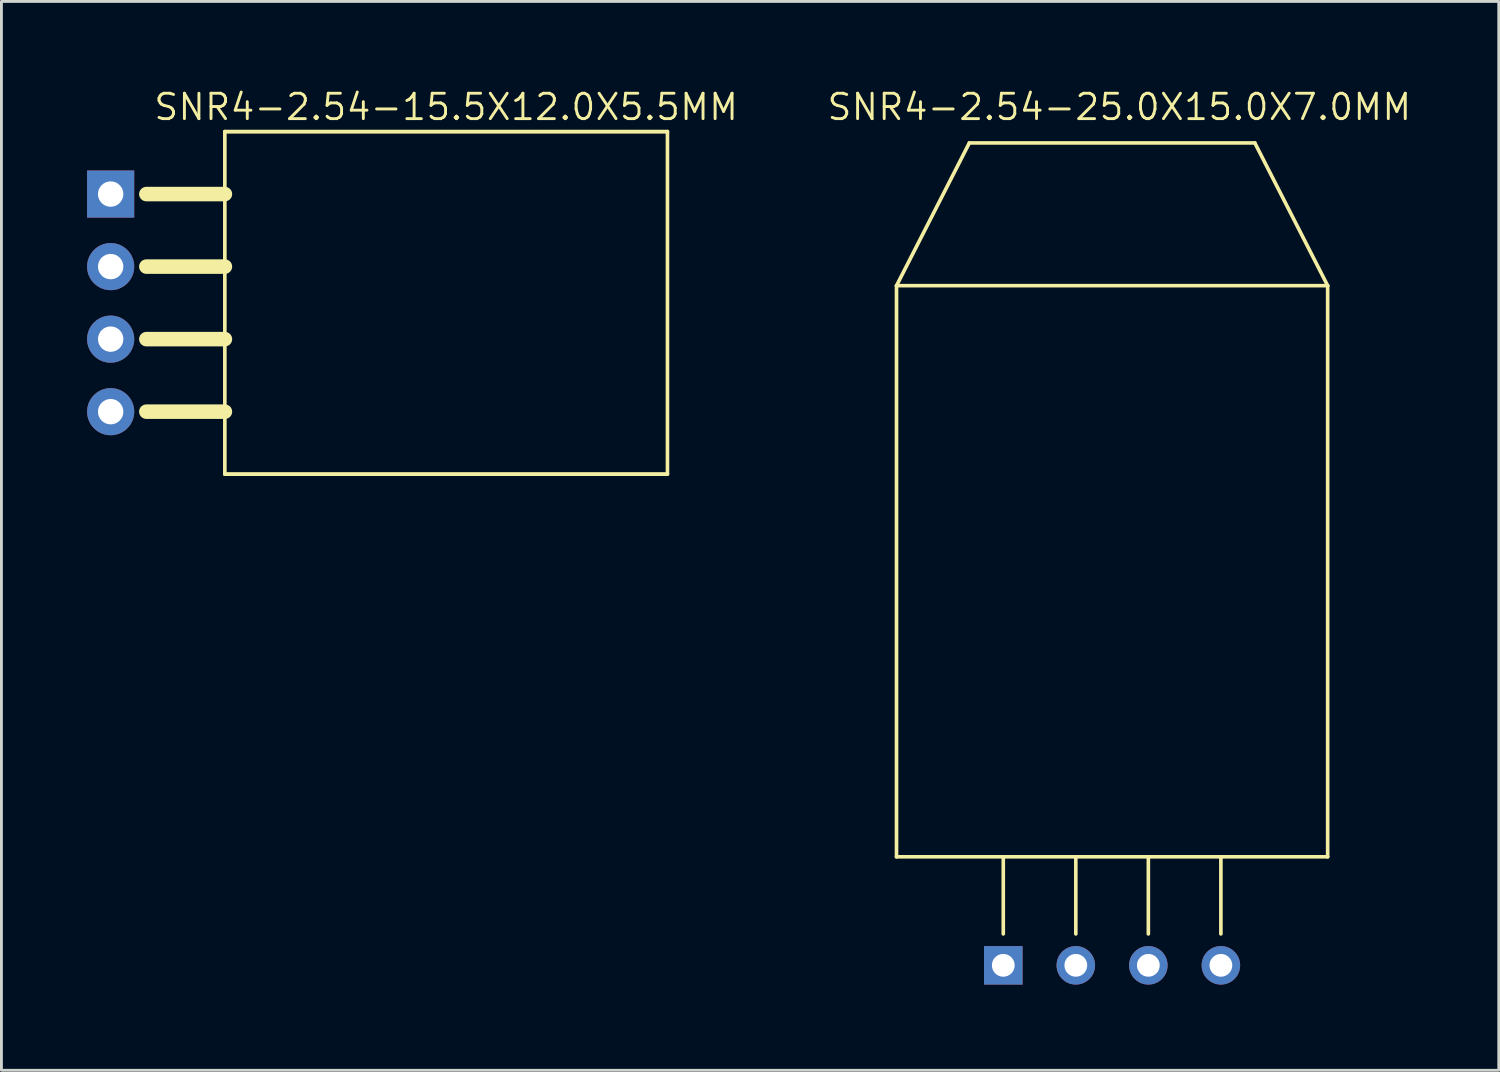
<source format=kicad_pcb>
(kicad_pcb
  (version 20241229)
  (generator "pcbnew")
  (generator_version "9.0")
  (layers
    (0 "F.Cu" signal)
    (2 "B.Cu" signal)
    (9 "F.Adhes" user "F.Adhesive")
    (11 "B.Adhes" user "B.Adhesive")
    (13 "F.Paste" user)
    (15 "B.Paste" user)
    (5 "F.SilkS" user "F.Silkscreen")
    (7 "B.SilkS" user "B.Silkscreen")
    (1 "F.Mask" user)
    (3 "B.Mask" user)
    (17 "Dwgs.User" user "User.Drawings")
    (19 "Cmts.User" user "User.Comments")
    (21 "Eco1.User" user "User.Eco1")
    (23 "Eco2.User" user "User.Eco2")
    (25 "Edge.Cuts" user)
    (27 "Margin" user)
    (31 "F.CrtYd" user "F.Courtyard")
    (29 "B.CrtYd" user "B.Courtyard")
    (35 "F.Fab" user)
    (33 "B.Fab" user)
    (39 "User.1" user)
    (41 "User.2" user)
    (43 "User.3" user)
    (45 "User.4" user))
  (footprint "SNR4-2.54-25.0X15.0X7.0MM"
    (layer "F.Cu")
    (at 35.893 16.954)
    (property "Reference" "SNR4-2.54-25.0X15.0X7.0MM" (at 0.254 -16.256 0) (layer "F.SilkS") (effects (font (size 0.889 0.889) (thickness 0.102))))
    (attr exclude_from_pos_files exclude_from_bom)
    (fp_line (start -7.549 -10) (end -4.999 -14.999) (stroke (width 0.127) (type solid)) (layer "F.SilkS"))
    (fp_line (start -7.549 -10) (end 7.549 -10) (stroke (width 0.127) (type solid)) (layer "F.SilkS"))
    (fp_line (start -7.549 10) (end -7.549 -10) (stroke (width 0.127) (type solid)) (layer "F.SilkS"))
    (fp_line (start -4.999 -14.999) (end 4.999 -14.999) (stroke (width 0.127) (type solid)) (layer "F.SilkS"))
    (fp_line (start -3.81 10) (end -7.549 10) (stroke (width 0.127) (type solid)) (layer "F.SilkS"))
    (fp_line (start -3.81 12.7) (end -3.81 10) (stroke (width 0.127) (type solid)) (layer "F.SilkS"))
    (fp_line (start -1.27 10) (end -3.81 10) (stroke (width 0.127) (type solid)) (layer "F.SilkS"))
    (fp_line (start -1.27 12.7) (end -1.27 10) (stroke (width 0.127) (type solid)) (layer "F.SilkS"))
    (fp_line (start 1.27 10) (end -1.27 10) (stroke (width 0.127) (type solid)) (layer "F.SilkS"))
    (fp_line (start 1.27 12.7) (end 1.27 10) (stroke (width 0.127) (type solid)) (layer "F.SilkS"))
    (fp_line (start 3.81 10) (end 1.27 10) (stroke (width 0.127) (type solid)) (layer "F.SilkS"))
    (fp_line (start 3.81 12.7) (end 3.81 10) (stroke (width 0.127) (type solid)) (layer "F.SilkS"))
    (fp_line (start 4.999 -14.999) (end 7.549 -10) (stroke (width 0.127) (type solid)) (layer "F.SilkS"))
    (fp_line (start 7.549 -10) (end 7.549 10) (stroke (width 0.127) (type solid)) (layer "F.SilkS"))
    (fp_line (start 7.549 10) (end 3.81 10) (stroke (width 0.127) (type solid)) (layer "F.SilkS"))
    (pad "P$1" thru_hole rect (at -3.81 13.8) (size 1.349 1.349) (drill 0.798) (layers "*.Cu" "*.Mask"))
    (pad "P$2" thru_hole circle (at -1.27 13.8) (size 1.349 1.349) (drill 0.798) (layers "*.Cu" "*.Mask"))
    (pad "P$3" thru_hole circle (at 1.27 13.8) (size 1.349 1.349) (drill 0.798) (layers "*.Cu" "*.Mask"))
    (pad "P$4" thru_hole circle (at 3.81 13.8) (size 1.349 1.349) (drill 0.798) (layers "*.Cu" "*.Mask")))
  (footprint "SNR4-2.54-15.5X12.0X5.5MM"
    (layer "F.Cu")
    (at 12.573 7.556)
    (property "Reference" "SNR4-2.54-15.5X12.0X5.5MM" (at 0 -6.858 0) (layer "F.SilkS") (effects (font (size 0.889 0.889) (thickness 0.102))))
    (attr exclude_from_pos_files exclude_from_bom)
    (fp_line (start -10.498 -3.81) (end -7.747 -3.81) (stroke (width 0.508) (type solid)) (layer "F.SilkS"))
    (fp_line (start -10.498 -1.27) (end -7.747 -1.27) (stroke (width 0.508) (type solid)) (layer "F.SilkS"))
    (fp_line (start -10.498 1.27) (end -7.747 1.27) (stroke (width 0.508) (type solid)) (layer "F.SilkS"))
    (fp_line (start -10.498 3.81) (end -7.747 3.81) (stroke (width 0.508) (type solid)) (layer "F.SilkS"))
    (fp_line (start -7.75 -5.999) (end 7.75 -5.999) (stroke (width 0.127) (type solid)) (layer "F.SilkS"))
    (fp_line (start -7.75 5.999) (end -7.75 -5.999) (stroke (width 0.127) (type solid)) (layer "F.SilkS"))
    (fp_line (start -7.747 -5.969) (end 7.747 -5.969) (stroke (width 0.066) (type solid)) (layer "F.SilkS"))
    (fp_line (start -7.747 5.969) (end -7.747 -5.969) (stroke (width 0.066) (type solid)) (layer "F.SilkS"))
    (fp_line (start -7.747 5.969) (end 7.747 5.969) (stroke (width 0.066) (type solid)) (layer "F.SilkS"))
    (fp_line (start 7.747 5.969) (end 7.747 -5.969) (stroke (width 0.066) (type solid)) (layer "F.SilkS"))
    (fp_line (start 7.75 -5.999) (end 7.75 5.999) (stroke (width 0.127) (type solid)) (layer "F.SilkS"))
    (fp_line (start 7.75 5.999) (end -7.75 5.999) (stroke (width 0.127) (type solid)) (layer "F.SilkS"))
    (pad "1" thru_hole rect (at -11.748 -3.81) (size 1.651 1.651) (drill 0.889) (layers "*.Cu" "*.Mask"))
    (pad "2" thru_hole circle (at -11.748 -1.27) (size 1.651 1.651) (drill 0.889) (layers "*.Cu" "*.Mask"))
    (pad "3" thru_hole circle (at -11.748 1.27) (size 1.651 1.651) (drill 0.889) (layers "*.Cu" "*.Mask"))
    (pad "4" thru_hole circle (at -11.748 3.81) (size 1.651 1.651) (drill 0.889) (layers "*.Cu" "*.Mask")))
  (gr_rect
    (start -3 -3)
    (end 49.434 34.429)
    (stroke (width 0.1) (type default))
    (fill no)
    (layer "Edge.Cuts")))
</source>
